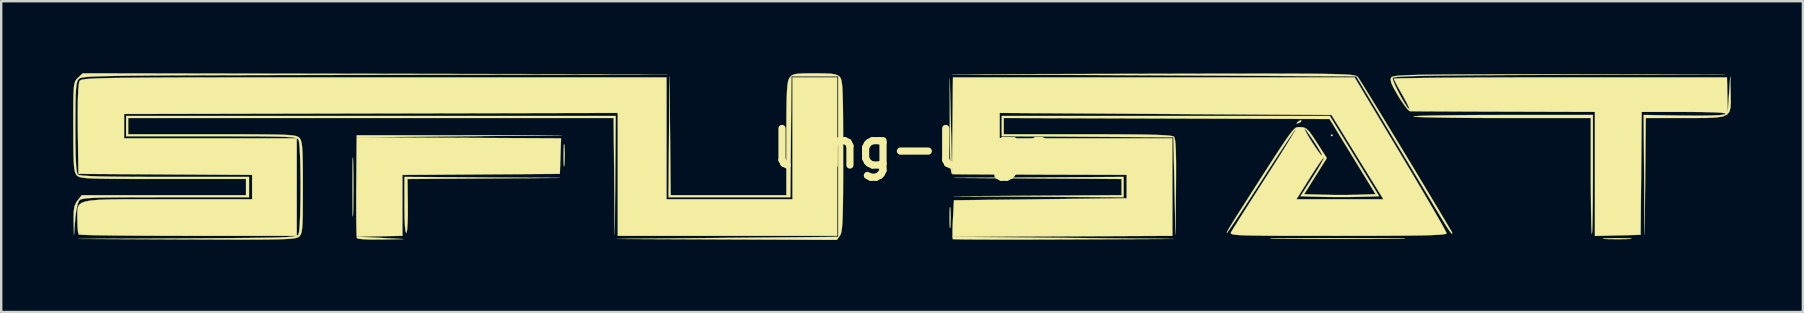
<source format=kicad_pcb>
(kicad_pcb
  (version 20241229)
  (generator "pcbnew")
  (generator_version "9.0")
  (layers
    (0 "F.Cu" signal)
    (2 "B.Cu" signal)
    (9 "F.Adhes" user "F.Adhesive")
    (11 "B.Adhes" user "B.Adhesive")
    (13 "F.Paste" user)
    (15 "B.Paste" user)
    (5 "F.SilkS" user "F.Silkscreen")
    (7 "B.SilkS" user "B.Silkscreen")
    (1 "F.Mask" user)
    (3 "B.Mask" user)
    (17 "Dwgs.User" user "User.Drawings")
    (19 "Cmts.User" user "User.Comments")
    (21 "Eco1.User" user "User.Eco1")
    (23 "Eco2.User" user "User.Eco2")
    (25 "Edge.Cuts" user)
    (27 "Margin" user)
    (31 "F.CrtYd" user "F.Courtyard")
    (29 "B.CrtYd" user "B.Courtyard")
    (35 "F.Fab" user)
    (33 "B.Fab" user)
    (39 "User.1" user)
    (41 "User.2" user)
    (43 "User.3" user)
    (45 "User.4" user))
  (footprint "long-logo"
    (layer "F.Cu")
    (at 35.057 3.138)
    (property "Reference" "long-logo" (at 0 0 0) (layer "F.SilkS") (effects (font (size 1.524 1.524) (thickness 0.3))))
    (attr through_hole)
    (fp_poly (pts (xy -23.239 3.675) (xy -23.241 3.674) (xy -23.239 3.674) (xy -23.239 3.675)) (stroke (width 0.01) (type solid)) (fill yes) (layer "F.SilkS"))
    (fp_poly (pts (xy 1.571 1.049) (xy 1.571 1.058) (xy 1.571 1.049) (xy 1.571 1.049)) (stroke (width 0.01) (type solid)) (fill yes) (layer "F.SilkS"))
    (fp_poly (pts (xy 1.591 3.681) (xy 1.591 3.681) (xy 1.566 3.681) (xy 1.591 3.681) (xy 1.591 3.681)) (stroke (width 0.01) (type solid)) (fill yes) (layer "F.SilkS"))
    (fp_poly (pts (xy 17.441 -0.55) (xy 17.399 -0.508) (xy 17.357 -0.55) (xy 17.399 -0.593) (xy 17.441 -0.55)) (stroke (width 0.01) (type solid)) (fill yes) (layer "F.SilkS"))
    (fp_poly (pts (xy 16.131 -1.169) (xy 16.106 -1.106) (xy 16.027 -1.064) (xy 15.928 -1.038) (xy 15.968 -1.1) (xy 15.979 -1.111) (xy 16.09 -1.178) (xy 16.131 -1.169)) (stroke (width 0.01) (type solid)) (fill yes) (layer "F.SilkS"))
    (fp_poly (pts (xy -22.267 3.725) (xy -21.294 3.776) (xy -22.241 3.793) (xy -22.624 3.794) (xy -22.941 3.783) (xy -23.156 3.763) (xy -23.232 3.74) (xy -23.239 3.675) (xy -22.267 3.725)) (stroke (width 0.01) (type solid)) (fill yes) (layer "F.SilkS"))
    (fp_poly (pts (xy 8.721 2.032) (xy 5.186 2.012) (xy 1.651 1.992) (xy 8.636 1.945) (xy 8.636 1.272) (xy 5.144 1.249) (xy 1.651 1.226) (xy 8.721 1.185) (xy 8.721 2.032)) (stroke (width 0.01) (type solid)) (fill yes) (layer "F.SilkS"))
    (fp_poly (pts (xy 1.523 -0.931) (xy 1.571 1.049) (xy 1.552 1.026) (xy 1.525 0.895) (xy 1.505 0.659) (xy 1.491 0.304) (xy 1.482 -0.187) (xy 1.479 -0.829) (xy 1.479 -0.931) (xy 1.475 -2.921) (xy 1.523 -0.931)) (stroke (width 0.01) (type solid)) (fill yes) (layer "F.SilkS"))
    (fp_poly (pts (xy -14.585 -0.108) (xy -14.572 0.211) (xy -14.579 0.565) (xy -14.585 0.654) (xy -14.598 0.753) (xy -14.609 0.697) (xy -14.616 0.503) (xy -14.617 0.296) (xy -14.614 0.009) (xy -14.606 -0.155) (xy -14.595 -0.179) (xy -14.585 -0.108)) (stroke (width 0.01) (type solid)) (fill yes) (layer "F.SilkS"))
    (fp_poly (pts (xy 1.501 2.519) (xy 1.515 2.856) (xy 1.504 3.203) (xy 1.501 3.239) (xy 1.487 3.323) (xy 1.476 3.255) (xy 1.47 3.05) (xy 1.469 2.879) (xy 1.472 2.604) (xy 1.481 2.456) (xy 1.493 2.451) (xy 1.501 2.519)) (stroke (width 0.01) (type solid)) (fill yes) (layer "F.SilkS"))
    (fp_poly (pts (xy 6.181 3.725) (xy 10.795 3.77) (xy 6.216 3.79) (xy 5.352 3.793) (xy 4.54 3.795) (xy 3.795 3.795) (xy 3.133 3.794) (xy 2.57 3.792) (xy 2.122 3.789) (xy 1.803 3.784) (xy 1.629 3.779) (xy 1.602 3.775) (xy 1.591 3.681) (xy 6.181 3.725)) (stroke (width 0.01) (type solid)) (fill yes) (layer "F.SilkS"))
    (fp_poly (pts (xy 29.615 3.74) (xy 29.782 3.747) (xy 29.893 3.759) (xy 29.849 3.768) (xy 29.664 3.775) (xy 29.353 3.778) (xy 29.295 3.778) (xy 28.965 3.776) (xy 28.76 3.77) (xy 28.694 3.76) (xy 28.78 3.749) (xy 28.808 3.747) (xy 29.195 3.735) (xy 29.615 3.74)) (stroke (width 0.01) (type solid)) (fill yes) (layer "F.SilkS"))
    (fp_poly (pts (xy -23.396 0.428) (xy -23.389 0.614) (xy -23.38 1.149) (xy -23.379 1.758) (xy -23.384 2.343) (xy -23.389 2.603) (xy -23.397 2.797) (xy -23.403 2.831) (xy -23.409 2.716) (xy -23.413 2.461) (xy -23.415 2.077) (xy -23.416 1.609) (xy -23.415 1.112) (xy -23.413 0.736) (xy -23.408 0.49) (xy -23.403 0.384) (xy -23.396 0.428)) (stroke (width 0.01) (type solid)) (fill yes) (layer "F.SilkS"))
    (fp_poly (pts (xy -18.013 1.205) (xy -14.774 1.226) (xy -17.949 1.249) (xy -21.124 1.272) (xy -21.11 2.371) (xy -21.11 2.785) (xy -21.121 3.136) (xy -21.141 3.389) (xy -21.168 3.512) (xy -21.173 3.518) (xy -21.204 3.457) (xy -21.228 3.248) (xy -21.244 2.911) (xy -21.251 2.468) (xy -21.251 2.376) (xy -21.251 1.185) (xy -18.013 1.205)) (stroke (width 0.01) (type solid)) (fill yes) (layer "F.SilkS"))
    (fp_poly (pts (xy -18.965 -0.508) (xy -23.241 -0.463) (xy -14.725 -0.423) (xy -14.75 0.318) (xy -14.774 1.058) (xy -18.055 1.08) (xy -21.336 1.103) (xy -21.336 3.641) (xy -23.239 3.674) (xy -23.243 3.639) (xy -23.252 3.393) (xy -23.258 3.024) (xy -23.261 2.558) (xy -23.261 2.017) (xy -23.258 1.56) (xy -23.241 -0.55) (xy -18.965 -0.552) (xy -14.69 -0.553) (xy -18.965 -0.508)) (stroke (width 0.01) (type solid)) (fill yes) (layer "F.SilkS"))
    (fp_poly (pts (xy 18.809 3.739) (xy 19.635 3.744) (xy 19.912 3.747) (xy 20.252 3.751) (xy 20.43 3.755) (xy 20.451 3.759) (xy 20.322 3.762) (xy 20.05 3.765) (xy 19.641 3.767) (xy 19.101 3.769) (xy 18.438 3.77) (xy 17.657 3.771) (xy 17.653 3.771) (xy 16.87 3.77) (xy 16.203 3.769) (xy 15.659 3.767) (xy 15.244 3.765) (xy 14.965 3.762) (xy 14.828 3.759) (xy 14.841 3.755) (xy 15.01 3.751) (xy 15.34 3.747) (xy 16.108 3.741) (xy 16.983 3.737) (xy 17.904 3.737) (xy 18.809 3.739)) (stroke (width 0.01) (type solid)) (fill yes) (layer "F.SilkS"))
    (fp_poly (pts (xy 28.279 1.079) (xy 28.277 1.707) (xy 28.273 2.277) (xy 28.267 2.767) (xy 28.259 3.156) (xy 28.25 3.424) (xy 28.239 3.549) (xy 28.236 3.556) (xy 28.225 3.475) (xy 28.216 3.246) (xy 28.207 2.89) (xy 28.201 2.428) (xy 28.196 1.882) (xy 28.194 1.272) (xy 28.194 1.143) (xy 28.194 -1.27) (xy 24.516 -1.27) (xy 23.743 -1.271) (xy 23.024 -1.275) (xy 22.376 -1.282) (xy 21.816 -1.29) (xy 21.361 -1.3) (xy 21.03 -1.312) (xy 20.839 -1.325) (xy 20.799 -1.333) (xy 20.872 -1.347) (xy 21.098 -1.359) (xy 21.46 -1.37) (xy 21.941 -1.379) (xy 22.524 -1.387) (xy 23.193 -1.393) (xy 23.93 -1.396) (xy 24.519 -1.397) (xy 28.279 -1.397) (xy 28.279 1.079)) (stroke (width 0.01) (type solid)) (fill yes) (layer "F.SilkS"))
    (fp_poly (pts (xy 15.364 -3.119) (xy 16.046 -3.117) (xy 16.619 -3.114) (xy 17.092 -3.108) (xy 17.475 -3.101) (xy 17.778 -3.092) (xy 18.012 -3.081) (xy 18.184 -3.068) (xy 18.307 -3.052) (xy 18.39 -3.034) (xy 18.442 -3.013) (xy 18.474 -2.989) (xy 18.478 -2.985) (xy 18.542 -2.89) (xy 18.683 -2.667) (xy 18.89 -2.332) (xy 19.155 -1.902) (xy 19.465 -1.394) (xy 19.812 -0.824) (xy 20.185 -0.209) (xy 20.574 0.433) (xy 20.969 1.087) (xy 21.359 1.736) (xy 21.735 2.362) (xy 22.086 2.95) (xy 22.403 3.482) (xy 22.409 3.493) (xy 22.411 3.555) (xy 22.405 3.556) (xy 22.342 3.49) (xy 22.222 3.317) (xy 22.092 3.111) (xy 21.988 2.939) (xy 21.808 2.641) (xy 21.564 2.235) (xy 21.267 1.741) (xy 20.928 1.178) (xy 20.559 0.564) (xy 20.172 -0.081) (xy 20.118 -0.169) (xy 18.415 -3.006) (xy 9.991 -3.049) (xy 1.566 -3.092) (xy 9.956 -3.112) (xy 11.337 -3.115) (xy 12.558 -3.118) (xy 13.629 -3.119) (xy 14.561 -3.12) (xy 15.364 -3.119)) (stroke (width 0.01) (type solid)) (fill yes) (layer "F.SilkS"))
    (fp_poly (pts (xy -3.738 -3.129) (xy -3.454 -3.113) (xy -3.272 -3.081) (xy -3.159 -3.028) (xy -3.106 -2.98) (xy -3.07 -2.925) (xy -3.04 -2.837) (xy -3.017 -2.698) (xy -2.999 -2.493) (xy -2.986 -2.206) (xy -2.977 -1.818) (xy -2.972 -1.315) (xy -2.969 -0.679) (xy -2.968 0.106) (xy -2.968 0.306) (xy -2.968 1.135) (xy -2.971 1.811) (xy -2.977 2.35) (xy -2.986 2.769) (xy -2.999 3.085) (xy -3.017 3.312) (xy -3.04 3.469) (xy -3.069 3.571) (xy -3.097 3.625) (xy -3.227 3.81) (xy -7.815 3.79) (xy -12.404 3.77) (xy -7.789 3.726) (xy -3.175 3.683) (xy -3.175 -3.006) (xy -5.122 -3.006) (xy -5.145 -0.487) (xy -5.167 2.032) (xy -10.245 2.032) (xy -10.225 -0.487) (xy -10.205 -3.006) (xy -10.181 -0.529) (xy -10.157 1.947) (xy -5.334 1.947) (xy -5.334 -0.404) (xy -5.333 -1.116) (xy -5.328 -1.677) (xy -5.32 -2.108) (xy -5.306 -2.427) (xy -5.287 -2.653) (xy -5.26 -2.807) (xy -5.225 -2.907) (xy -5.202 -2.944) (xy -5.132 -3.028) (xy -5.037 -3.082) (xy -4.884 -3.114) (xy -4.639 -3.128) (xy -4.266 -3.133) (xy -4.157 -3.133) (xy -3.738 -3.129)) (stroke (width 0.01) (type solid)) (fill yes) (layer "F.SilkS"))
    (fp_poly (pts (xy -10.329 2.117) (xy -5.08 2.117) (xy -5.08 -2.963) (xy -3.217 -2.963) (xy -3.217 3.641) (xy -12.361 3.641) (xy -12.361 1.079) (xy -12.361 -1.482) (xy -32.935 -1.438) (xy -32.935 -0.423) (xy -25.739 -0.423) (xy -25.739 3.641) (xy -30.254 3.641) (xy -31.113 3.64) (xy -31.921 3.637) (xy -32.661 3.632) (xy -33.318 3.626) (xy -33.877 3.618) (xy -34.321 3.609) (xy -34.635 3.6) (xy -34.802 3.589) (xy -34.826 3.584) (xy -34.855 3.477) (xy -34.875 3.249) (xy -34.883 2.962) (xy -34.886 2.761) (xy -34.884 2.595) (xy -34.865 2.46) (xy -34.812 2.353) (xy -34.712 2.27) (xy -34.55 2.21) (xy -34.311 2.167) (xy -33.981 2.14) (xy -33.545 2.124) (xy -32.99 2.117) (xy -32.3 2.116) (xy -31.461 2.117) (xy -31.087 2.117) (xy -27.601 2.117) (xy -27.601 1.102) (xy -31.221 1.08) (xy -34.84 1.058) (xy -34.863 -0.786) (xy -34.867 -1.473) (xy -34.861 -2.03) (xy -34.845 -2.445) (xy -34.82 -2.708) (xy -34.797 -2.796) (xy -34.782 -2.819) (xy -34.758 -2.84) (xy -34.717 -2.859) (xy -34.651 -2.875) (xy -34.551 -2.89) (xy -34.409 -2.903) (xy -34.216 -2.915) (xy -33.966 -2.925) (xy -33.649 -2.933) (xy -33.257 -2.94) (xy -32.783 -2.946) (xy -32.217 -2.951) (xy -31.552 -2.955) (xy -30.78 -2.958) (xy -29.891 -2.96) (xy -28.879 -2.961) (xy -27.735 -2.962) (xy -26.45 -2.963) (xy -25.017 -2.963) (xy -23.426 -2.963) (xy -22.518 -2.963) (xy -10.329 -2.963) (xy -10.329 2.117)) (stroke (width 0.01) (type solid)) (fill yes) (layer "F.SilkS"))
    (fp_poly (pts (xy -12.466 1.122) (xy -12.486 3.598) (xy -12.509 1.164) (xy -12.533 -1.27) (xy -32.766 -1.27) (xy -32.766 -0.593) (xy -29.265 -0.593) (xy -28.401 -0.592) (xy -27.69 -0.591) (xy -27.117 -0.587) (xy -26.667 -0.581) (xy -26.322 -0.572) (xy -26.068 -0.559) (xy -25.888 -0.541) (xy -25.768 -0.518) (xy -25.691 -0.49) (xy -25.641 -0.454) (xy -25.625 -0.438) (xy -25.579 -0.368) (xy -25.544 -0.26) (xy -25.519 -0.091) (xy -25.502 0.159) (xy -25.491 0.514) (xy -25.486 0.994) (xy -25.485 1.622) (xy -25.485 1.623) (xy -25.486 2.244) (xy -25.49 2.718) (xy -25.499 3.066) (xy -25.514 3.311) (xy -25.538 3.475) (xy -25.571 3.579) (xy -25.616 3.647) (xy -25.64 3.67) (xy -25.685 3.701) (xy -25.758 3.727) (xy -25.872 3.748) (xy -26.039 3.765) (xy -26.275 3.777) (xy -26.593 3.787) (xy -27.005 3.793) (xy -27.527 3.796) (xy -28.171 3.797) (xy -28.952 3.795) (xy -29.882 3.791) (xy -30.317 3.79) (xy -34.84 3.769) (xy -30.292 3.747) (xy -29.297 3.741) (xy -28.458 3.736) (xy -27.761 3.73) (xy -27.192 3.723) (xy -26.739 3.715) (xy -26.388 3.704) (xy -26.125 3.691) (xy -25.937 3.675) (xy -25.81 3.655) (xy -25.73 3.631) (xy -25.685 3.602) (xy -25.662 3.571) (xy -25.635 3.436) (xy -25.614 3.163) (xy -25.597 2.783) (xy -25.587 2.328) (xy -25.582 1.828) (xy -25.582 1.314) (xy -25.588 0.819) (xy -25.599 0.373) (xy -25.616 0.007) (xy -25.638 -0.248) (xy -25.662 -0.353) (xy -25.69 -0.391) (xy -25.74 -0.422) (xy -25.827 -0.447) (xy -25.967 -0.467) (xy -26.176 -0.482) (xy -26.467 -0.493) (xy -26.858 -0.5) (xy -27.363 -0.505) (xy -27.998 -0.507) (xy -28.778 -0.508) (xy -29.298 -0.508) (xy -32.851 -0.508) (xy -32.851 -1.355) (xy -12.446 -1.355) (xy -12.466 1.122)) (stroke (width 0.01) (type solid)) (fill yes) (layer "F.SilkS"))
    (fp_poly (pts (xy -10.287 -3.09) (xy -22.487 -3.069) (xy -24.166 -3.066) (xy -25.684 -3.063) (xy -27.049 -3.06) (xy -28.27 -3.057) (xy -29.354 -3.054) (xy -30.31 -3.05) (xy -31.145 -3.046) (xy -31.869 -3.041) (xy -32.49 -3.035) (xy -33.015 -3.029) (xy -33.453 -3.021) (xy -33.812 -3.013) (xy -34.1 -3.003) (xy -34.326 -2.992) (xy -34.497 -2.98) (xy -34.623 -2.965) (xy -34.711 -2.95) (xy -34.769 -2.932) (xy -34.805 -2.913) (xy -34.827 -2.893) (xy -34.874 -2.823) (xy -34.909 -2.713) (xy -34.934 -2.542) (xy -34.951 -2.289) (xy -34.961 -1.929) (xy -34.966 -1.443) (xy -34.967 -0.878) (xy -34.964 -0.199) (xy -34.954 0.323) (xy -34.936 0.7) (xy -34.911 0.945) (xy -34.876 1.07) (xy -34.866 1.084) (xy -34.793 1.111) (xy -34.625 1.133) (xy -34.351 1.151) (xy -33.96 1.164) (xy -33.441 1.174) (xy -32.783 1.181) (xy -31.975 1.185) (xy -31.246 1.185) (xy -27.728 1.185) (xy -27.728 2.032) (xy -31.21 2.032) (xy -32.077 2.033) (xy -32.789 2.035) (xy -33.363 2.039) (xy -33.815 2.045) (xy -34.159 2.055) (xy -34.411 2.069) (xy -34.587 2.087) (xy -34.702 2.111) (xy -34.772 2.14) (xy -34.809 2.172) (xy -34.871 2.321) (xy -34.929 2.586) (xy -34.971 2.912) (xy -34.974 2.955) (xy -35.024 3.598) (xy -35.038 2.996) (xy -35.036 2.65) (xy -35.005 2.419) (xy -34.933 2.251) (xy -34.877 2.17) (xy -34.701 1.947) (xy -27.855 1.947) (xy -27.855 1.27) (xy -31.314 1.27) (xy -32.172 1.27) (xy -32.877 1.268) (xy -33.445 1.264) (xy -33.891 1.258) (xy -34.231 1.249) (xy -34.481 1.236) (xy -34.657 1.218) (xy -34.774 1.194) (xy -34.85 1.165) (xy -34.898 1.129) (xy -34.912 1.115) (xy -34.958 1.045) (xy -34.994 0.935) (xy -35.019 0.765) (xy -35.036 0.511) (xy -35.046 0.152) (xy -35.051 -0.334) (xy -35.052 -0.902) (xy -35.052 -1.51) (xy -35.049 -1.971) (xy -35.041 -2.308) (xy -35.027 -2.545) (xy -35.003 -2.705) (xy -34.968 -2.81) (xy -34.92 -2.883) (xy -34.857 -2.948) (xy -34.856 -2.949) (xy -34.659 -3.133) (xy -10.287 -3.09)) (stroke (width 0.01) (type solid)) (fill yes) (layer "F.SilkS"))
    (fp_poly (pts (xy 26.879 -3.069) (xy 25.598 -3.065) (xy 24.476 -3.06) (xy 23.505 -3.054) (xy 22.674 -3.047) (xy 21.974 -3.04) (xy 21.395 -3.031) (xy 20.929 -3.021) (xy 20.564 -3.009) (xy 20.293 -2.995) (xy 20.104 -2.98) (xy 19.989 -2.962) (xy 19.937 -2.942) (xy 19.933 -2.937) (xy 19.954 -2.831) (xy 20.037 -2.633) (xy 20.16 -2.38) (xy 20.301 -2.114) (xy 20.441 -1.875) (xy 20.556 -1.701) (xy 20.625 -1.635) (xy 20.631 -1.637) (xy 20.607 -1.72) (xy 20.514 -1.912) (xy 20.371 -2.176) (xy 20.322 -2.262) (xy 20.163 -2.544) (xy 20.044 -2.768) (xy 19.984 -2.895) (xy 19.981 -2.908) (xy 20.064 -2.917) (xy 20.303 -2.925) (xy 20.687 -2.932) (xy 21.202 -2.939) (xy 21.837 -2.946) (xy 22.579 -2.951) (xy 23.414 -2.956) (xy 24.332 -2.959) (xy 25.318 -2.962) (xy 26.362 -2.963) (xy 26.924 -2.963) (xy 33.867 -2.963) (xy 33.883 -2.223) (xy 33.899 -1.482) (xy 33.951 -2.244) (xy 34.004 -3.006) (xy 34.02 -2.278) (xy 34.026 -1.955) (xy 34.016 -1.71) (xy 33.969 -1.531) (xy 33.865 -1.409) (xy 33.684 -1.332) (xy 33.405 -1.291) (xy 33.009 -1.273) (xy 32.475 -1.27) (xy 32.104 -1.27) (xy 30.483 -1.27) (xy 30.459 1.164) (xy 30.435 3.598) (xy 30.415 1.101) (xy 30.395 -1.397) (xy 32.06 -1.372) (xy 32.711 -1.367) (xy 33.218 -1.374) (xy 33.576 -1.391) (xy 33.775 -1.419) (xy 33.812 -1.436) (xy 33.779 -1.468) (xy 33.602 -1.493) (xy 33.276 -1.51) (xy 32.794 -1.52) (xy 32.149 -1.524) (xy 32.107 -1.524) (xy 30.313 -1.524) (xy 30.268 3.598) (xy 29.316 3.622) (xy 28.363 3.646) (xy 28.363 -1.524) (xy 24.553 -1.535) (xy 23.764 -1.537) (xy 23.026 -1.54) (xy 22.356 -1.543) (xy 21.771 -1.546) (xy 21.291 -1.548) (xy 20.931 -1.551) (xy 20.709 -1.554) (xy 20.644 -1.556) (xy 20.557 -1.629) (xy 20.413 -1.814) (xy 20.236 -2.077) (xy 20.165 -2.192) (xy 19.974 -2.523) (xy 19.872 -2.745) (xy 19.849 -2.889) (xy 19.871 -2.954) (xy 19.899 -2.979) (xy 19.954 -3) (xy 20.048 -3.019) (xy 20.193 -3.035) (xy 20.397 -3.048) (xy 20.673 -3.059) (xy 21.032 -3.068) (xy 21.483 -3.075) (xy 22.038 -3.081) (xy 22.707 -3.085) (xy 23.502 -3.088) (xy 24.432 -3.09) (xy 25.509 -3.091) (xy 26.744 -3.091) (xy 26.87 -3.091) (xy 33.782 -3.092) (xy 26.879 -3.069)) (stroke (width 0.01) (type solid)) (fill yes) (layer "F.SilkS"))
    (fp_poly (pts (xy 20.266 0.235) (xy 20.666 0.904) (xy 21.038 1.531) (xy 21.372 2.1) (xy 21.661 2.595) (xy 21.895 3.002) (xy 22.065 3.304) (xy 22.162 3.488) (xy 22.183 3.537) (xy 22.147 3.56) (xy 22.034 3.581) (xy 21.832 3.597) (xy 21.53 3.611) (xy 21.117 3.622) (xy 20.584 3.63) (xy 19.919 3.635) (xy 19.11 3.639) (xy 18.149 3.64) (xy 17.65 3.641) (xy 16.659 3.64) (xy 15.824 3.64) (xy 15.133 3.638) (xy 14.571 3.634) (xy 14.127 3.628) (xy 13.787 3.62) (xy 13.537 3.609) (xy 13.366 3.594) (xy 13.259 3.576) (xy 13.204 3.553) (xy 13.187 3.526) (xy 13.197 3.493) (xy 13.2 3.487) (xy 13.266 3.378) (xy 13.411 3.146) (xy 13.622 2.811) (xy 13.889 2.392) (xy 14.197 1.909) (xy 14.535 1.381) (xy 14.604 1.275) (xy 14.94 0.749) (xy 15.243 0.271) (xy 15.501 -0.142) (xy 15.703 -0.471) (xy 15.839 -0.697) (xy 15.896 -0.805) (xy 15.897 -0.81) (xy 15.846 -0.749) (xy 15.716 -0.562) (xy 15.517 -0.266) (xy 15.261 0.121) (xy 14.96 0.582) (xy 14.624 1.101) (xy 14.483 1.32) (xy 14.134 1.861) (xy 13.812 2.355) (xy 13.53 2.785) (xy 13.299 3.133) (xy 13.13 3.38) (xy 13.037 3.509) (xy 13.023 3.523) (xy 13.033 3.478) (xy 13.119 3.319) (xy 13.266 3.076) (xy 13.373 2.906) (xy 13.905 2.074) (xy 14.353 1.372) (xy 14.726 0.791) (xy 15.031 0.319) (xy 15.277 -0.056) (xy 15.471 -0.345) (xy 15.621 -0.558) (xy 15.736 -0.708) (xy 15.824 -0.805) (xy 15.854 -0.829) (xy 16.256 -0.829) (xy 16.297 -0.728) (xy 16.404 -0.539) (xy 16.549 -0.304) (xy 16.707 -0.062) (xy 16.852 0.146) (xy 16.956 0.28) (xy 16.994 0.307) (xy 16.967 0.224) (xy 16.864 0.038) (xy 16.705 -0.217) (xy 16.644 -0.309) (xy 16.467 -0.566) (xy 16.333 -0.75) (xy 16.262 -0.831) (xy 16.256 -0.829) (xy 15.854 -0.829) (xy 15.892 -0.86) (xy 15.948 -0.885) (xy 16.001 -0.891) (xy 16.058 -0.889) (xy 16.082 -0.889) (xy 16.224 -0.877) (xy 16.342 -0.821) (xy 16.466 -0.695) (xy 16.628 -0.47) (xy 16.775 -0.244) (xy 17.19 0.401) (xy 16.717 1.153) (xy 16.245 1.905) (xy 17.017 1.929) (xy 17.482 1.938) (xy 17.997 1.939) (xy 18.457 1.931) (xy 18.506 1.929) (xy 19.223 1.905) (xy 18.264 0.339) (xy 17.305 -1.228) (xy 10.515 -1.249) (xy 3.725 -1.271) (xy 3.725 -0.593) (xy 7.222 -0.593) (xy 8.149 -0.591) (xy 8.919 -0.587) (xy 9.54 -0.58) (xy 10.026 -0.569) (xy 10.386 -0.554) (xy 10.632 -0.535) (xy 10.775 -0.511) (xy 10.82 -0.491) (xy 10.855 -0.403) (xy 10.881 -0.21) (xy 10.897 0.102) (xy 10.906 0.547) (xy 10.906 1.139) (xy 10.903 1.604) (xy 10.884 3.598) (xy 10.795 -0.466) (xy 3.641 -0.51) (xy 3.641 -1.355) (xy 17.317 -1.355) (xy 18.343 0.318) (xy 19.37 1.99) (xy 18.579 2.014) (xy 18.113 2.022) (xy 17.576 2.023) (xy 17.064 2.017) (xy 16.94 2.014) (xy 16.091 1.99) (xy 16.601 1.196) (xy 16.802 0.876) (xy 16.959 0.611) (xy 17.055 0.432) (xy 17.076 0.368) (xy 17.021 0.422) (xy 16.895 0.594) (xy 16.717 0.859) (xy 16.505 1.189) (xy 16.483 1.225) (xy 15.925 2.117) (xy 19.547 2.117) (xy 18.464 0.36) (xy 17.382 -1.397) (xy 10.469 -1.439) (xy 3.556 -1.482) (xy 3.556 -0.953) (xy 3.556 -0.423) (xy 10.753 -0.423) (xy 10.753 3.641) (xy 6.16 3.661) (xy 1.591 3.681) (xy 1.59 3.457) (xy 1.599 3.142) (xy 1.609 2.95) (xy 1.651 2.159) (xy 8.848 2.074) (xy 8.848 1.1) (xy 5.271 1.09) (xy 4.506 1.087) (xy 3.792 1.085) (xy 3.148 1.082) (xy 2.59 1.079) (xy 2.138 1.076) (xy 1.81 1.073) (xy 1.623 1.07) (xy 1.587 1.069) (xy 1.571 1.049) (xy 1.59 -0.953) (xy 1.609 -2.963) (xy 18.349 -2.963) (xy 20.266 0.235)) (stroke (width 0.01) (type solid)) (fill yes) (layer "F.SilkS")))
  (gr_rect
    (start -3 -3)
    (end 72.088 9.953)
    (stroke (width 0.1) (type default))
    (fill no)
    (layer "Edge.Cuts")))
</source>
